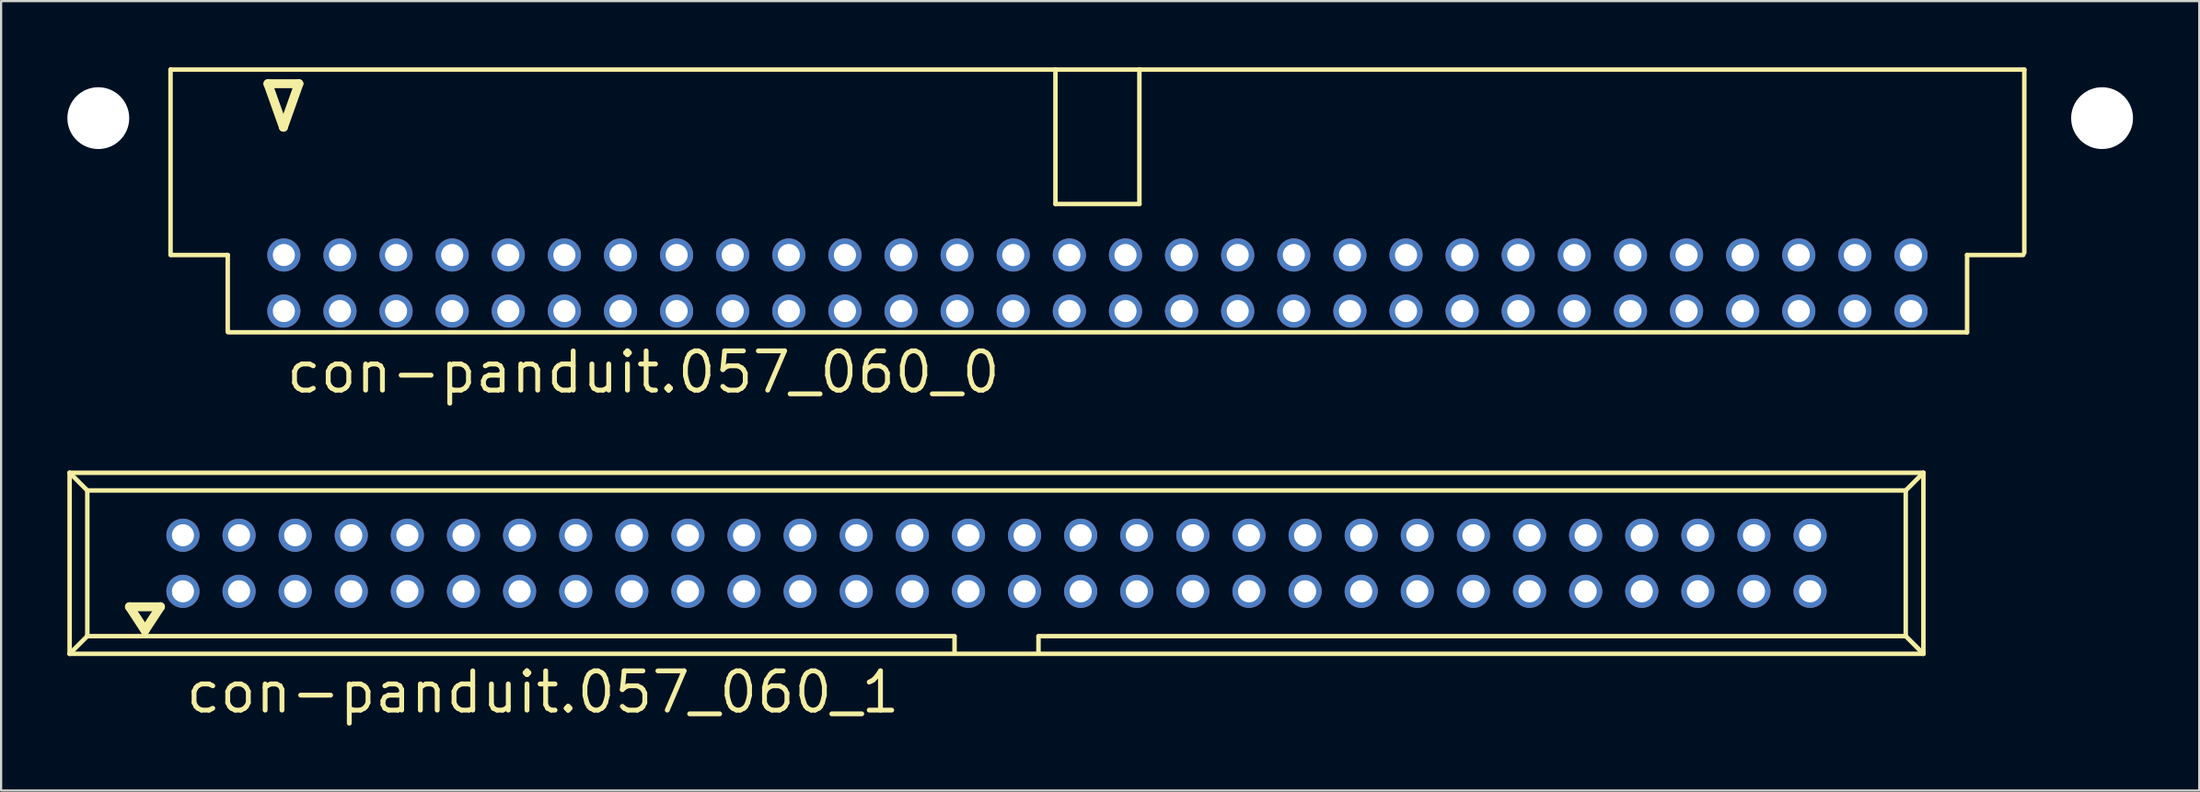
<source format=kicad_pcb>
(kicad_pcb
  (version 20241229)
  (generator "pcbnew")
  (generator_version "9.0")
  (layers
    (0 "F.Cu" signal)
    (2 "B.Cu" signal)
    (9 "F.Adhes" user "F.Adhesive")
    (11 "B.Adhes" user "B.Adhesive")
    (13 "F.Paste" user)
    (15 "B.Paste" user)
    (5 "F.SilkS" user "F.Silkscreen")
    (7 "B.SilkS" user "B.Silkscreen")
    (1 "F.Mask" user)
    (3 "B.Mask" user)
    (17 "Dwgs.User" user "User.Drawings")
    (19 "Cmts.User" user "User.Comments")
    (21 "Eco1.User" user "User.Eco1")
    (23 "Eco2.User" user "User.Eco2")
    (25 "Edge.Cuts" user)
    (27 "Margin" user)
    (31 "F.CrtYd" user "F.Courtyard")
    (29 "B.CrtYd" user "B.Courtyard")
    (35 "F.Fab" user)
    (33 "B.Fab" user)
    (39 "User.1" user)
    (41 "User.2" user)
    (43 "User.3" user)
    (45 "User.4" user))
  (footprint "con-panduit.057_060_0"
    (layer "F.Cu")
    (at 46.63 5.962)
    (property "Reference" "con-panduit.057_060_0" (at -36.83 8.89 0) (layer "F.SilkS") (effects (font (size 1.778 1.778) (thickness 0.22)) (justify left bottom)))
    (attr through_hole)
    (fp_line (start -41.96 -5.86) (end 41.96 -5.86) (stroke (width 0.203) (type default)) (layer "F.SilkS"))
    (fp_line (start -41.96 2.54) (end -41.96 -5.86) (stroke (width 0.203) (type default)) (layer "F.SilkS"))
    (fp_line (start -41.91 2.54) (end -39.37 2.54) (stroke (width 0.203) (type default)) (layer "F.SilkS"))
    (fp_line (start -39.37 2.54) (end -39.37 5.98) (stroke (width 0.203) (type default)) (layer "F.SilkS"))
    (fp_line (start -37.55 -5.22) (end -36.85 -3.25) (stroke (width 0.406) (type default)) (layer "F.SilkS"))
    (fp_line (start -36.85 -3.25) (end -36.15 -5.22) (stroke (width 0.406) (type default)) (layer "F.SilkS"))
    (fp_line (start -36.15 -5.22) (end -37.55 -5.22) (stroke (width 0.406) (type default)) (layer "F.SilkS"))
    (fp_line (start -1.9 0.23) (end -1.9 -5.86) (stroke (width 0.203) (type default)) (layer "F.SilkS"))
    (fp_line (start -1.9 0.23) (end 1.9 0.23) (stroke (width 0.203) (type default)) (layer "F.SilkS"))
    (fp_line (start 1.9 0.23) (end 1.9 -5.86) (stroke (width 0.203) (type default)) (layer "F.SilkS"))
    (fp_line (start 39.36 6.04) (end -39.36 6.04) (stroke (width 0.203) (type default)) (layer "F.SilkS"))
    (fp_line (start 39.37 2.54) (end 39.37 6.05) (stroke (width 0.203) (type default)) (layer "F.SilkS"))
    (fp_line (start 41.91 2.54) (end 39.37 2.54) (stroke (width 0.203) (type default)) (layer "F.SilkS"))
    (fp_line (start 41.96 -5.86) (end 41.96 2.44) (stroke (width 0.203) (type default)) (layer "F.SilkS"))
    (pad "" np_thru_hole circle (at -45.23 -3.66) (size 2.8 2.8) (drill 2.8) (layers "*.Cu" "*.Mask"))
    (pad "" np_thru_hole circle (at 45.48 -3.66) (size 2.8 2.8) (drill 2.8) (layers "*.Cu" "*.Mask"))
    (pad "1" thru_hole circle (at -36.83 5.08) (size 1.5 1.5) (drill 1) (layers "*.Cu" "*.Mask"))
    (pad "2" thru_hole circle (at -36.83 2.54) (size 1.5 1.5) (drill 1) (layers "*.Cu" "*.Mask"))
    (pad "3" thru_hole circle (at -34.29 5.08) (size 1.5 1.5) (drill 1) (layers "*.Cu" "*.Mask"))
    (pad "4" thru_hole circle (at -34.29 2.54) (size 1.5 1.5) (drill 1) (layers "*.Cu" "*.Mask"))
    (pad "5" thru_hole circle (at -31.75 5.08) (size 1.5 1.5) (drill 1) (layers "*.Cu" "*.Mask"))
    (pad "6" thru_hole circle (at -31.75 2.54) (size 1.5 1.5) (drill 1) (layers "*.Cu" "*.Mask"))
    (pad "7" thru_hole circle (at -29.21 5.08) (size 1.5 1.5) (drill 1) (layers "*.Cu" "*.Mask"))
    (pad "8" thru_hole circle (at -29.21 2.54) (size 1.5 1.5) (drill 1) (layers "*.Cu" "*.Mask"))
    (pad "9" thru_hole circle (at -26.67 5.08) (size 1.5 1.5) (drill 1) (layers "*.Cu" "*.Mask"))
    (pad "10" thru_hole circle (at -26.67 2.54) (size 1.5 1.5) (drill 1) (layers "*.Cu" "*.Mask"))
    (pad "11" thru_hole circle (at -24.13 5.08) (size 1.5 1.5) (drill 1) (layers "*.Cu" "*.Mask"))
    (pad "12" thru_hole circle (at -24.13 2.54) (size 1.5 1.5) (drill 1) (layers "*.Cu" "*.Mask"))
    (pad "13" thru_hole circle (at -21.59 5.08) (size 1.5 1.5) (drill 1) (layers "*.Cu" "*.Mask"))
    (pad "14" thru_hole circle (at -21.59 2.54) (size 1.5 1.5) (drill 1) (layers "*.Cu" "*.Mask"))
    (pad "15" thru_hole circle (at -19.05 5.08) (size 1.5 1.5) (drill 1) (layers "*.Cu" "*.Mask"))
    (pad "16" thru_hole circle (at -19.05 2.54) (size 1.5 1.5) (drill 1) (layers "*.Cu" "*.Mask"))
    (pad "17" thru_hole circle (at -16.51 5.08) (size 1.5 1.5) (drill 1) (layers "*.Cu" "*.Mask"))
    (pad "18" thru_hole circle (at -16.51 2.54) (size 1.5 1.5) (drill 1) (layers "*.Cu" "*.Mask"))
    (pad "19" thru_hole circle (at -13.97 5.08) (size 1.5 1.5) (drill 1) (layers "*.Cu" "*.Mask"))
    (pad "20" thru_hole circle (at -13.97 2.54) (size 1.5 1.5) (drill 1) (layers "*.Cu" "*.Mask"))
    (pad "21" thru_hole circle (at -11.43 5.08) (size 1.5 1.5) (drill 1) (layers "*.Cu" "*.Mask"))
    (pad "22" thru_hole circle (at -11.43 2.54) (size 1.5 1.5) (drill 1) (layers "*.Cu" "*.Mask"))
    (pad "23" thru_hole circle (at -8.89 5.08) (size 1.5 1.5) (drill 1) (layers "*.Cu" "*.Mask"))
    (pad "24" thru_hole circle (at -8.89 2.54) (size 1.5 1.5) (drill 1) (layers "*.Cu" "*.Mask"))
    (pad "25" thru_hole circle (at -6.35 5.08) (size 1.5 1.5) (drill 1) (layers "*.Cu" "*.Mask"))
    (pad "26" thru_hole circle (at -6.35 2.54) (size 1.5 1.5) (drill 1) (layers "*.Cu" "*.Mask"))
    (pad "27" thru_hole circle (at -3.81 5.08) (size 1.5 1.5) (drill 1) (layers "*.Cu" "*.Mask"))
    (pad "28" thru_hole circle (at -3.81 2.54) (size 1.5 1.5) (drill 1) (layers "*.Cu" "*.Mask"))
    (pad "29" thru_hole circle (at -1.27 5.08) (size 1.5 1.5) (drill 1) (layers "*.Cu" "*.Mask"))
    (pad "30" thru_hole circle (at -1.27 2.54) (size 1.5 1.5) (drill 1) (layers "*.Cu" "*.Mask"))
    (pad "31" thru_hole circle (at 1.27 5.08) (size 1.5 1.5) (drill 1) (layers "*.Cu" "*.Mask"))
    (pad "32" thru_hole circle (at 1.27 2.54) (size 1.5 1.5) (drill 1) (layers "*.Cu" "*.Mask"))
    (pad "33" thru_hole circle (at 3.81 5.08) (size 1.5 1.5) (drill 1) (layers "*.Cu" "*.Mask"))
    (pad "34" thru_hole circle (at 3.81 2.54) (size 1.5 1.5) (drill 1) (layers "*.Cu" "*.Mask"))
    (pad "35" thru_hole circle (at 6.35 5.08) (size 1.5 1.5) (drill 1) (layers "*.Cu" "*.Mask"))
    (pad "36" thru_hole circle (at 6.35 2.54) (size 1.5 1.5) (drill 1) (layers "*.Cu" "*.Mask"))
    (pad "37" thru_hole circle (at 8.89 5.08) (size 1.5 1.5) (drill 1) (layers "*.Cu" "*.Mask"))
    (pad "38" thru_hole circle (at 8.89 2.54) (size 1.5 1.5) (drill 1) (layers "*.Cu" "*.Mask"))
    (pad "39" thru_hole circle (at 11.43 5.08) (size 1.5 1.5) (drill 1) (layers "*.Cu" "*.Mask"))
    (pad "40" thru_hole circle (at 11.43 2.54) (size 1.5 1.5) (drill 1) (layers "*.Cu" "*.Mask"))
    (pad "41" thru_hole circle (at 13.97 5.08) (size 1.5 1.5) (drill 1) (layers "*.Cu" "*.Mask"))
    (pad "42" thru_hole circle (at 13.97 2.54) (size 1.5 1.5) (drill 1) (layers "*.Cu" "*.Mask"))
    (pad "43" thru_hole circle (at 16.51 5.08) (size 1.5 1.5) (drill 1) (layers "*.Cu" "*.Mask"))
    (pad "44" thru_hole circle (at 16.51 2.54) (size 1.5 1.5) (drill 1) (layers "*.Cu" "*.Mask"))
    (pad "45" thru_hole circle (at 19.05 5.08) (size 1.5 1.5) (drill 1) (layers "*.Cu" "*.Mask"))
    (pad "46" thru_hole circle (at 19.05 2.54) (size 1.5 1.5) (drill 1) (layers "*.Cu" "*.Mask"))
    (pad "47" thru_hole circle (at 21.59 5.08) (size 1.5 1.5) (drill 1) (layers "*.Cu" "*.Mask"))
    (pad "48" thru_hole circle (at 21.59 2.54) (size 1.5 1.5) (drill 1) (layers "*.Cu" "*.Mask"))
    (pad "49" thru_hole circle (at 24.13 5.08) (size 1.5 1.5) (drill 1) (layers "*.Cu" "*.Mask"))
    (pad "50" thru_hole circle (at 24.13 2.54) (size 1.5 1.5) (drill 1) (layers "*.Cu" "*.Mask"))
    (pad "51" thru_hole circle (at 26.67 5.08) (size 1.5 1.5) (drill 1) (layers "*.Cu" "*.Mask"))
    (pad "52" thru_hole circle (at 26.67 2.54) (size 1.5 1.5) (drill 1) (layers "*.Cu" "*.Mask"))
    (pad "53" thru_hole circle (at 29.21 5.08) (size 1.5 1.5) (drill 1) (layers "*.Cu" "*.Mask"))
    (pad "54" thru_hole circle (at 29.21 2.54) (size 1.5 1.5) (drill 1) (layers "*.Cu" "*.Mask"))
    (pad "55" thru_hole circle (at 31.75 5.08) (size 1.5 1.5) (drill 1) (layers "*.Cu" "*.Mask"))
    (pad "56" thru_hole circle (at 31.75 2.54) (size 1.5 1.5) (drill 1) (layers "*.Cu" "*.Mask"))
    (pad "57" thru_hole circle (at 34.29 5.08) (size 1.5 1.5) (drill 1) (layers "*.Cu" "*.Mask"))
    (pad "58" thru_hole circle (at 34.29 2.54) (size 1.5 1.5) (drill 1) (layers "*.Cu" "*.Mask"))
    (pad "59" thru_hole circle (at 36.83 5.08) (size 1.5 1.5) (drill 1) (layers "*.Cu" "*.Mask"))
    (pad "60" thru_hole circle (at 36.83 2.54) (size 1.5 1.5) (drill 1) (layers "*.Cu" "*.Mask")))
  (footprint "con-panduit.057_060_1"
    (layer "F.Cu")
    (at 42.062 22.468)
    (property "Reference" "con-panduit.057_060_1" (at -36.81 6.88 0) (layer "F.SilkS") (effects (font (size 1.778 1.778) (thickness 0.22)) (justify left bottom)))
    (attr through_hole)
    (fp_line (start -41.96 -4.1) (end -41.16 -3.3) (stroke (width 0.203) (type default)) (layer "F.SilkS"))
    (fp_line (start -41.96 4.1) (end -41.96 -4.1) (stroke (width 0.203) (type default)) (layer "F.SilkS"))
    (fp_line (start -41.96 4.1) (end -41.16 3.3) (stroke (width 0.203) (type default)) (layer "F.SilkS"))
    (fp_line (start -41.96 4.1) (end 41.96 4.1) (stroke (width 0.203) (type default)) (layer "F.SilkS"))
    (fp_line (start -41.16 -3.3) (end 41.16 -3.3) (stroke (width 0.203) (type default)) (layer "F.SilkS"))
    (fp_line (start -41.16 3.3) (end -41.16 -3.3) (stroke (width 0.203) (type default)) (layer "F.SilkS"))
    (fp_line (start -39.25 1.97) (end -38.55 3.04) (stroke (width 0.406) (type default)) (layer "F.SilkS"))
    (fp_line (start -38.55 3.04) (end -37.85 1.97) (stroke (width 0.406) (type default)) (layer "F.SilkS"))
    (fp_line (start -37.85 1.97) (end -39.25 1.97) (stroke (width 0.406) (type default)) (layer "F.SilkS"))
    (fp_line (start -1.9 3.3) (end -41.16 3.3) (stroke (width 0.203) (type default)) (layer "F.SilkS"))
    (fp_line (start -1.9 3.32) (end -1.9 4.03) (stroke (width 0.203) (type default)) (layer "F.SilkS"))
    (fp_line (start 1.9 3.32) (end 1.9 4.03) (stroke (width 0.203) (type default)) (layer "F.SilkS"))
    (fp_line (start 41.16 -3.3) (end 41.16 3.3) (stroke (width 0.203) (type default)) (layer "F.SilkS"))
    (fp_line (start 41.16 3.3) (end 1.9 3.3) (stroke (width 0.203) (type default)) (layer "F.SilkS"))
    (fp_line (start 41.16 3.3) (end 41.96 4.1) (stroke (width 0.203) (type default)) (layer "F.SilkS"))
    (fp_line (start 41.96 -4.1) (end -41.96 -4.1) (stroke (width 0.203) (type default)) (layer "F.SilkS"))
    (fp_line (start 41.96 -4.1) (end 41.16 -3.3) (stroke (width 0.203) (type default)) (layer "F.SilkS"))
    (fp_line (start 41.96 4.1) (end 41.96 -4.1) (stroke (width 0.203) (type default)) (layer "F.SilkS"))
    (pad "1" thru_hole circle (at -36.83 1.27) (size 1.5 1.5) (drill 1) (layers "*.Cu" "*.Mask"))
    (pad "2" thru_hole circle (at -36.83 -1.27) (size 1.5 1.5) (drill 1) (layers "*.Cu" "*.Mask"))
    (pad "3" thru_hole circle (at -34.29 1.27) (size 1.5 1.5) (drill 1) (layers "*.Cu" "*.Mask"))
    (pad "4" thru_hole circle (at -34.29 -1.27) (size 1.5 1.5) (drill 1) (layers "*.Cu" "*.Mask"))
    (pad "5" thru_hole circle (at -31.75 1.27) (size 1.5 1.5) (drill 1) (layers "*.Cu" "*.Mask"))
    (pad "6" thru_hole circle (at -31.75 -1.27) (size 1.5 1.5) (drill 1) (layers "*.Cu" "*.Mask"))
    (pad "7" thru_hole circle (at -29.21 1.27) (size 1.5 1.5) (drill 1) (layers "*.Cu" "*.Mask"))
    (pad "8" thru_hole circle (at -29.21 -1.27) (size 1.5 1.5) (drill 1) (layers "*.Cu" "*.Mask"))
    (pad "9" thru_hole circle (at -26.67 1.27) (size 1.5 1.5) (drill 1) (layers "*.Cu" "*.Mask"))
    (pad "10" thru_hole circle (at -26.67 -1.27) (size 1.5 1.5) (drill 1) (layers "*.Cu" "*.Mask"))
    (pad "11" thru_hole circle (at -24.13 1.27) (size 1.5 1.5) (drill 1) (layers "*.Cu" "*.Mask"))
    (pad "12" thru_hole circle (at -24.13 -1.27) (size 1.5 1.5) (drill 1) (layers "*.Cu" "*.Mask"))
    (pad "13" thru_hole circle (at -21.59 1.27) (size 1.5 1.5) (drill 1) (layers "*.Cu" "*.Mask"))
    (pad "14" thru_hole circle (at -21.59 -1.27) (size 1.5 1.5) (drill 1) (layers "*.Cu" "*.Mask"))
    (pad "15" thru_hole circle (at -19.05 1.27) (size 1.5 1.5) (drill 1) (layers "*.Cu" "*.Mask"))
    (pad "16" thru_hole circle (at -19.05 -1.27) (size 1.5 1.5) (drill 1) (layers "*.Cu" "*.Mask"))
    (pad "17" thru_hole circle (at -16.51 1.27) (size 1.5 1.5) (drill 1) (layers "*.Cu" "*.Mask"))
    (pad "18" thru_hole circle (at -16.51 -1.27) (size 1.5 1.5) (drill 1) (layers "*.Cu" "*.Mask"))
    (pad "19" thru_hole circle (at -13.97 1.27) (size 1.5 1.5) (drill 1) (layers "*.Cu" "*.Mask"))
    (pad "20" thru_hole circle (at -13.97 -1.27) (size 1.5 1.5) (drill 1) (layers "*.Cu" "*.Mask"))
    (pad "21" thru_hole circle (at -11.43 1.27) (size 1.5 1.5) (drill 1) (layers "*.Cu" "*.Mask"))
    (pad "22" thru_hole circle (at -11.43 -1.27) (size 1.5 1.5) (drill 1) (layers "*.Cu" "*.Mask"))
    (pad "23" thru_hole circle (at -8.89 1.27) (size 1.5 1.5) (drill 1) (layers "*.Cu" "*.Mask"))
    (pad "24" thru_hole circle (at -8.89 -1.27) (size 1.5 1.5) (drill 1) (layers "*.Cu" "*.Mask"))
    (pad "25" thru_hole circle (at -6.35 1.27) (size 1.5 1.5) (drill 1) (layers "*.Cu" "*.Mask"))
    (pad "26" thru_hole circle (at -6.35 -1.27) (size 1.5 1.5) (drill 1) (layers "*.Cu" "*.Mask"))
    (pad "27" thru_hole circle (at -3.81 1.27) (size 1.5 1.5) (drill 1) (layers "*.Cu" "*.Mask"))
    (pad "28" thru_hole circle (at -3.81 -1.27) (size 1.5 1.5) (drill 1) (layers "*.Cu" "*.Mask"))
    (pad "29" thru_hole circle (at -1.27 1.27) (size 1.5 1.5) (drill 1) (layers "*.Cu" "*.Mask"))
    (pad "30" thru_hole circle (at -1.27 -1.27) (size 1.5 1.5) (drill 1) (layers "*.Cu" "*.Mask"))
    (pad "31" thru_hole circle (at 1.27 1.27) (size 1.5 1.5) (drill 1) (layers "*.Cu" "*.Mask"))
    (pad "32" thru_hole circle (at 1.27 -1.27) (size 1.5 1.5) (drill 1) (layers "*.Cu" "*.Mask"))
    (pad "33" thru_hole circle (at 3.81 1.27) (size 1.5 1.5) (drill 1) (layers "*.Cu" "*.Mask"))
    (pad "34" thru_hole circle (at 3.81 -1.27) (size 1.5 1.5) (drill 1) (layers "*.Cu" "*.Mask"))
    (pad "35" thru_hole circle (at 6.35 1.27) (size 1.5 1.5) (drill 1) (layers "*.Cu" "*.Mask"))
    (pad "36" thru_hole circle (at 6.35 -1.27) (size 1.5 1.5) (drill 1) (layers "*.Cu" "*.Mask"))
    (pad "37" thru_hole circle (at 8.89 1.27) (size 1.5 1.5) (drill 1) (layers "*.Cu" "*.Mask"))
    (pad "38" thru_hole circle (at 8.89 -1.27) (size 1.5 1.5) (drill 1) (layers "*.Cu" "*.Mask"))
    (pad "39" thru_hole circle (at 11.43 1.27) (size 1.5 1.5) (drill 1) (layers "*.Cu" "*.Mask"))
    (pad "40" thru_hole circle (at 11.43 -1.27) (size 1.5 1.5) (drill 1) (layers "*.Cu" "*.Mask"))
    (pad "41" thru_hole circle (at 13.97 1.27) (size 1.5 1.5) (drill 1) (layers "*.Cu" "*.Mask"))
    (pad "42" thru_hole circle (at 13.97 -1.27) (size 1.5 1.5) (drill 1) (layers "*.Cu" "*.Mask"))
    (pad "43" thru_hole circle (at 16.51 1.27) (size 1.5 1.5) (drill 1) (layers "*.Cu" "*.Mask"))
    (pad "44" thru_hole circle (at 16.51 -1.27) (size 1.5 1.5) (drill 1) (layers "*.Cu" "*.Mask"))
    (pad "45" thru_hole circle (at 19.05 1.27) (size 1.5 1.5) (drill 1) (layers "*.Cu" "*.Mask"))
    (pad "46" thru_hole circle (at 19.05 -1.27) (size 1.5 1.5) (drill 1) (layers "*.Cu" "*.Mask"))
    (pad "47" thru_hole circle (at 21.59 1.27) (size 1.5 1.5) (drill 1) (layers "*.Cu" "*.Mask"))
    (pad "48" thru_hole circle (at 21.59 -1.27) (size 1.5 1.5) (drill 1) (layers "*.Cu" "*.Mask"))
    (pad "49" thru_hole circle (at 24.13 1.27) (size 1.5 1.5) (drill 1) (layers "*.Cu" "*.Mask"))
    (pad "50" thru_hole circle (at 24.13 -1.27) (size 1.5 1.5) (drill 1) (layers "*.Cu" "*.Mask"))
    (pad "51" thru_hole circle (at 26.67 1.27) (size 1.5 1.5) (drill 1) (layers "*.Cu" "*.Mask"))
    (pad "52" thru_hole circle (at 26.67 -1.27) (size 1.5 1.5) (drill 1) (layers "*.Cu" "*.Mask"))
    (pad "53" thru_hole circle (at 29.21 1.27) (size 1.5 1.5) (drill 1) (layers "*.Cu" "*.Mask"))
    (pad "54" thru_hole circle (at 29.21 -1.27) (size 1.5 1.5) (drill 1) (layers "*.Cu" "*.Mask"))
    (pad "55" thru_hole circle (at 31.75 1.27) (size 1.5 1.5) (drill 1) (layers "*.Cu" "*.Mask"))
    (pad "56" thru_hole circle (at 31.75 -1.27) (size 1.5 1.5) (drill 1) (layers "*.Cu" "*.Mask"))
    (pad "57" thru_hole circle (at 34.29 1.27) (size 1.5 1.5) (drill 1) (layers "*.Cu" "*.Mask"))
    (pad "58" thru_hole circle (at 34.29 -1.27) (size 1.5 1.5) (drill 1) (layers "*.Cu" "*.Mask"))
    (pad "59" thru_hole circle (at 36.83 1.27) (size 1.5 1.5) (drill 1) (layers "*.Cu" "*.Mask"))
    (pad "60" thru_hole circle (at 36.83 -1.27) (size 1.5 1.5) (drill 1) (layers "*.Cu" "*.Mask")))
  (gr_rect
    (start -3 -3)
    (end 96.51 32.762)
    (stroke (width 0.1) (type default))
    (fill no)
    (layer "Edge.Cuts")))
</source>
